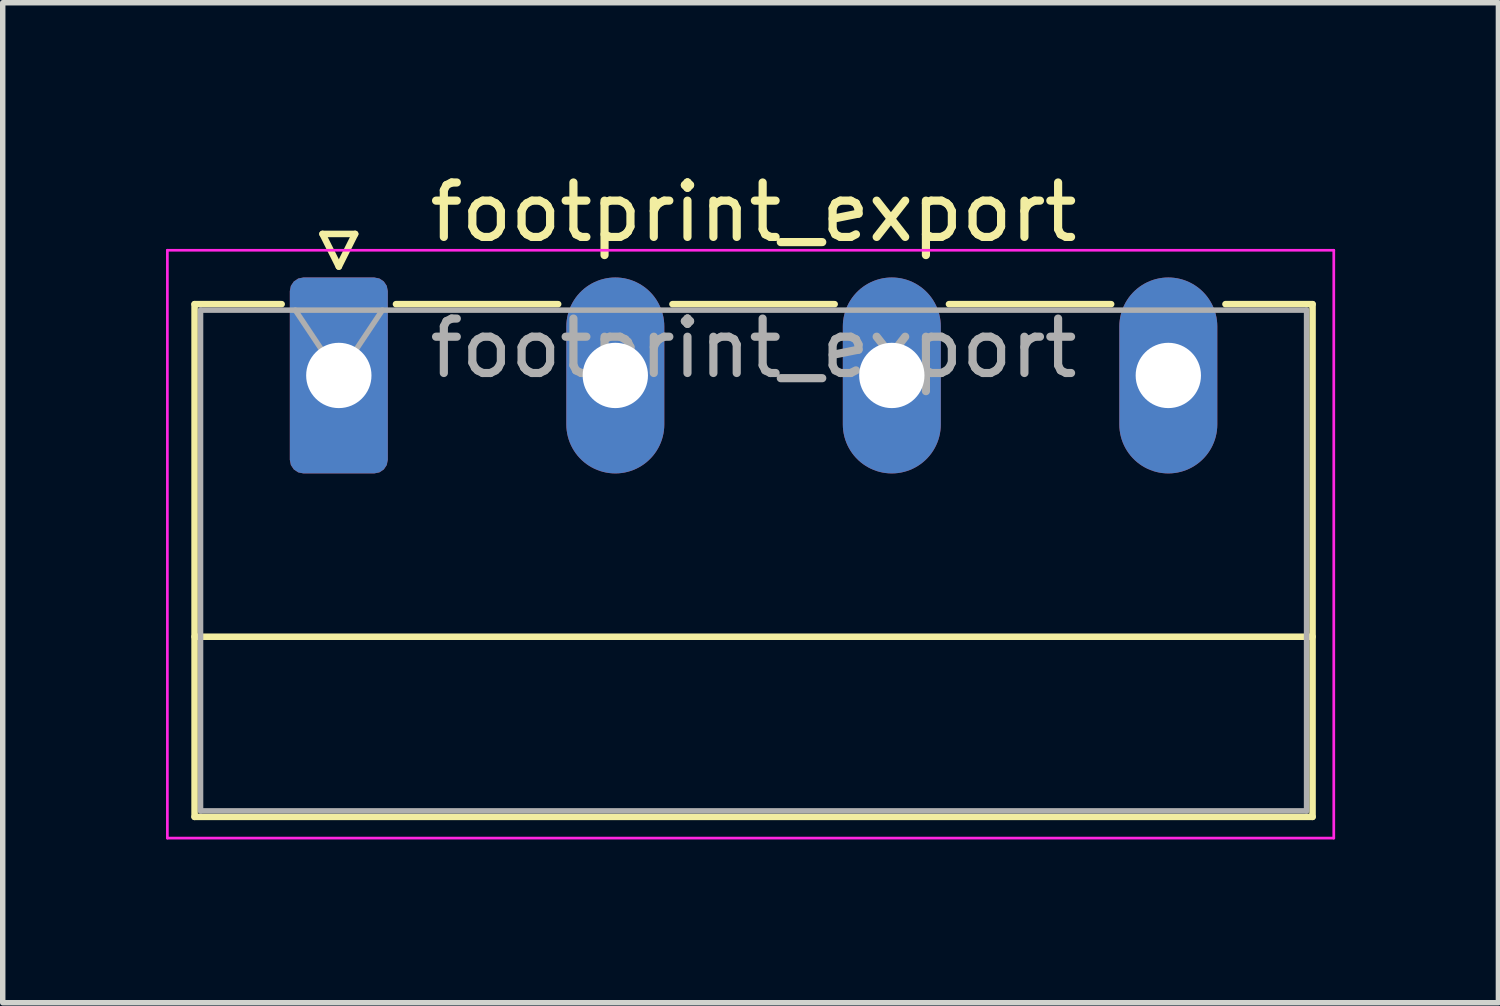
<source format=kicad_pcb>
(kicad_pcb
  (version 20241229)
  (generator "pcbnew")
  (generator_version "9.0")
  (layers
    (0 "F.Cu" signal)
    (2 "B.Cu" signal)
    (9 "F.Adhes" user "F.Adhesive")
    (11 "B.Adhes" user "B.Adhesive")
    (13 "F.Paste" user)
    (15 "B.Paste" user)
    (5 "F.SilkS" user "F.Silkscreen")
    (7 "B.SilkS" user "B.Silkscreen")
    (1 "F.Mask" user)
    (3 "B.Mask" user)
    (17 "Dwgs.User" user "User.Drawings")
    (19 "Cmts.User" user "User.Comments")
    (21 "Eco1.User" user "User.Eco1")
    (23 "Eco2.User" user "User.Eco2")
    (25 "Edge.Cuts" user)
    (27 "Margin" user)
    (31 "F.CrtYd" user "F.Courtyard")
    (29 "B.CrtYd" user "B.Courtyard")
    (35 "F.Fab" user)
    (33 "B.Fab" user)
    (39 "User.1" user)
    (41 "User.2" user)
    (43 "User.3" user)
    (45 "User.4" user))
  (footprint "footprint_export"
    (layer "F.Cu")
    (at 3.175 3.848)
    (property "Reference" "footprint_export" (at 7.62 -3 0) (layer "F.SilkS") (effects (font (size 1 1) (thickness 0.15))))
    (attr through_hole)
    (fp_line (start -2.65 -1.31) (end -2.65 8.11) (stroke (width 0.12) (type solid)) (layer "F.SilkS"))
    (fp_line (start -2.65 -1.31) (end -1.05 -1.31) (stroke (width 0.12) (type solid)) (layer "F.SilkS"))
    (fp_line (start -2.65 4.8) (end 17.89 4.8) (stroke (width 0.12) (type solid)) (layer "F.SilkS"))
    (fp_line (start -2.65 8.11) (end 17.89 8.11) (stroke (width 0.12) (type solid)) (layer "F.SilkS"))
    (fp_line (start -0.3 -2.6) (end 0.3 -2.6) (stroke (width 0.12) (type solid)) (layer "F.SilkS"))
    (fp_line (start 0 -2) (end -0.3 -2.6) (stroke (width 0.12) (type solid)) (layer "F.SilkS"))
    (fp_line (start 0.3 -2.6) (end 0 -2) (stroke (width 0.12) (type solid)) (layer "F.SilkS"))
    (fp_line (start 1.05 -1.31) (end 4.03 -1.31) (stroke (width 0.12) (type solid)) (layer "F.SilkS"))
    (fp_line (start 6.13 -1.31) (end 9.11 -1.31) (stroke (width 0.12) (type solid)) (layer "F.SilkS"))
    (fp_line (start 11.21 -1.31) (end 14.19 -1.31) (stroke (width 0.12) (type solid)) (layer "F.SilkS"))
    (fp_line (start 17.89 -1.31) (end 16.29 -1.31) (stroke (width 0.12) (type solid)) (layer "F.SilkS"))
    (fp_line (start 17.89 8.11) (end 17.89 -1.31) (stroke (width 0.12) (type solid)) (layer "F.SilkS"))
    (fp_line (start -3.15 -2.3) (end -3.15 8.5) (stroke (width 0.05) (type solid)) (layer "F.CrtYd"))
    (fp_line (start -3.15 8.5) (end 18.28 8.5) (stroke (width 0.05) (type solid)) (layer "F.CrtYd"))
    (fp_line (start 18.28 -2.3) (end -3.15 -2.3) (stroke (width 0.05) (type solid)) (layer "F.CrtYd"))
    (fp_line (start 18.28 8.5) (end 18.28 -2.3) (stroke (width 0.05) (type solid)) (layer "F.CrtYd"))
    (fp_line (start -2.54 -1.2) (end -2.54 8) (stroke (width 0.1) (type solid)) (layer "F.Fab"))
    (fp_line (start -2.54 8) (end 17.78 8) (stroke (width 0.1) (type solid)) (layer "F.Fab"))
    (fp_line (start 0 0) (end -0.8 -1.2) (stroke (width 0.1) (type solid)) (layer "F.Fab"))
    (fp_line (start 0.8 -1.2) (end 0 0) (stroke (width 0.1) (type solid)) (layer "F.Fab"))
    (fp_line (start 17.78 -1.2) (end -2.54 -1.2) (stroke (width 0.1) (type solid)) (layer "F.Fab"))
    (fp_line (start 17.78 8) (end 17.78 -1.2) (stroke (width 0.1) (type solid)) (layer "F.Fab"))
    (fp_text user "${REFERENCE}" (at 7.62 -0.5 0) (layer "F.Fab") (effects (font (size 1 1) (thickness 0.15))))
    (pad "1" thru_hole roundrect (at 0 0) (size 1.8 3.6) (drill 1.2) (layers "*.Cu" "*.Mask") (roundrect_rratio 0.139))
    (pad "2" thru_hole oval (at 5.08 0) (size 1.8 3.6) (drill 1.2) (layers "*.Cu" "*.Mask"))
    (pad "3" thru_hole oval (at 10.16 0) (size 1.8 3.6) (drill 1.2) (layers "*.Cu" "*.Mask"))
    (pad "4" thru_hole oval (at 15.24 0) (size 1.8 3.6) (drill 1.2) (layers "*.Cu" "*.Mask")))
  (gr_rect
    (start -3 -3)
    (end 24.48 15.373)
    (stroke (width 0.1) (type default))
    (fill no)
    (layer "Edge.Cuts")))
</source>
